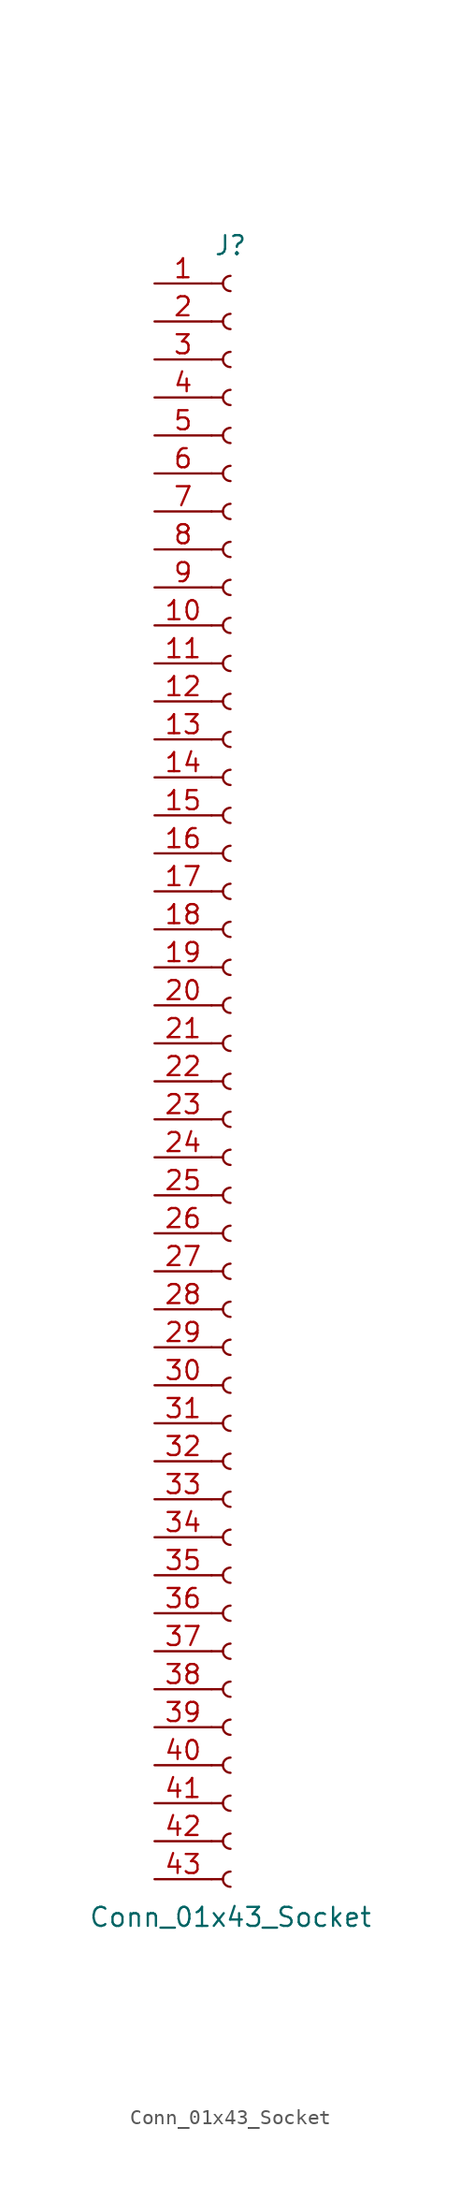
<source format=kicad_sym>
(kicad_symbol_lib
  (version 20241209)
  (generator "kicad_symbol_editor")
  (generator_version "9.0")
  (symbol "Conn_01x43_Socket"
    (pin_names
      (offset 1.016)
      (hide yes))
    (property "Reference" "J"
      (at 0 55.88 0)
      (effects (font (size 1.27 1.27))))
    (property "Value" "Conn_01x43_Socket"
      (at 0 -55.88 0)
      (effects (font (size 1.27 1.27))))
    (property "ki_locked" ""
      (at 0 0 0)
      (effects (font (size 1.27 1.27))))
    (symbol "Conn_01x43_Socket_1_1"
      (polyline (pts (xy -1.27 53.34) (xy -0.508 53.34)) (stroke (width 0.152) (type default)) (fill (type none)))
      (polyline (pts (xy -1.27 50.8) (xy -0.508 50.8)) (stroke (width 0.152) (type default)) (fill (type none)))
      (polyline (pts (xy -1.27 48.26) (xy -0.508 48.26)) (stroke (width 0.152) (type default)) (fill (type none)))
      (polyline (pts (xy -1.27 45.72) (xy -0.508 45.72)) (stroke (width 0.152) (type default)) (fill (type none)))
      (polyline (pts (xy -1.27 43.18) (xy -0.508 43.18)) (stroke (width 0.152) (type default)) (fill (type none)))
      (polyline (pts (xy -1.27 40.64) (xy -0.508 40.64)) (stroke (width 0.152) (type default)) (fill (type none)))
      (polyline (pts (xy -1.27 38.1) (xy -0.508 38.1)) (stroke (width 0.152) (type default)) (fill (type none)))
      (polyline (pts (xy -1.27 35.56) (xy -0.508 35.56)) (stroke (width 0.152) (type default)) (fill (type none)))
      (polyline (pts (xy -1.27 33.02) (xy -0.508 33.02)) (stroke (width 0.152) (type default)) (fill (type none)))
      (polyline (pts (xy -1.27 30.48) (xy -0.508 30.48)) (stroke (width 0.152) (type default)) (fill (type none)))
      (polyline (pts (xy -1.27 27.94) (xy -0.508 27.94)) (stroke (width 0.152) (type default)) (fill (type none)))
      (polyline (pts (xy -1.27 25.4) (xy -0.508 25.4)) (stroke (width 0.152) (type default)) (fill (type none)))
      (polyline (pts (xy -1.27 22.86) (xy -0.508 22.86)) (stroke (width 0.152) (type default)) (fill (type none)))
      (polyline (pts (xy -1.27 20.32) (xy -0.508 20.32)) (stroke (width 0.152) (type default)) (fill (type none)))
      (polyline (pts (xy -1.27 17.78) (xy -0.508 17.78)) (stroke (width 0.152) (type default)) (fill (type none)))
      (polyline (pts (xy -1.27 15.24) (xy -0.508 15.24)) (stroke (width 0.152) (type default)) (fill (type none)))
      (polyline (pts (xy -1.27 12.7) (xy -0.508 12.7)) (stroke (width 0.152) (type default)) (fill (type none)))
      (polyline (pts (xy -1.27 10.16) (xy -0.508 10.16)) (stroke (width 0.152) (type default)) (fill (type none)))
      (polyline (pts (xy -1.27 7.62) (xy -0.508 7.62)) (stroke (width 0.152) (type default)) (fill (type none)))
      (polyline (pts (xy -1.27 5.08) (xy -0.508 5.08)) (stroke (width 0.152) (type default)) (fill (type none)))
      (polyline (pts (xy -1.27 2.54) (xy -0.508 2.54)) (stroke (width 0.152) (type default)) (fill (type none)))
      (polyline (pts (xy -1.27 0) (xy -0.508 0)) (stroke (width 0.152) (type default)) (fill (type none)))
      (polyline (pts (xy -1.27 -2.54) (xy -0.508 -2.54)) (stroke (width 0.152) (type default)) (fill (type none)))
      (polyline (pts (xy -1.27 -5.08) (xy -0.508 -5.08)) (stroke (width 0.152) (type default)) (fill (type none)))
      (polyline (pts (xy -1.27 -7.62) (xy -0.508 -7.62)) (stroke (width 0.152) (type default)) (fill (type none)))
      (polyline (pts (xy -1.27 -10.16) (xy -0.508 -10.16)) (stroke (width 0.152) (type default)) (fill (type none)))
      (polyline (pts (xy -1.27 -12.7) (xy -0.508 -12.7)) (stroke (width 0.152) (type default)) (fill (type none)))
      (polyline (pts (xy -1.27 -15.24) (xy -0.508 -15.24)) (stroke (width 0.152) (type default)) (fill (type none)))
      (polyline (pts (xy -1.27 -17.78) (xy -0.508 -17.78)) (stroke (width 0.152) (type default)) (fill (type none)))
      (polyline (pts (xy -1.27 -20.32) (xy -0.508 -20.32)) (stroke (width 0.152) (type default)) (fill (type none)))
      (polyline (pts (xy -1.27 -22.86) (xy -0.508 -22.86)) (stroke (width 0.152) (type default)) (fill (type none)))
      (polyline (pts (xy -1.27 -25.4) (xy -0.508 -25.4)) (stroke (width 0.152) (type default)) (fill (type none)))
      (polyline (pts (xy -1.27 -27.94) (xy -0.508 -27.94)) (stroke (width 0.152) (type default)) (fill (type none)))
      (polyline (pts (xy -1.27 -30.48) (xy -0.508 -30.48)) (stroke (width 0.152) (type default)) (fill (type none)))
      (polyline (pts (xy -1.27 -33.02) (xy -0.508 -33.02)) (stroke (width 0.152) (type default)) (fill (type none)))
      (polyline (pts (xy -1.27 -35.56) (xy -0.508 -35.56)) (stroke (width 0.152) (type default)) (fill (type none)))
      (polyline (pts (xy -1.27 -38.1) (xy -0.508 -38.1)) (stroke (width 0.152) (type default)) (fill (type none)))
      (polyline (pts (xy -1.27 -40.64) (xy -0.508 -40.64)) (stroke (width 0.152) (type default)) (fill (type none)))
      (polyline (pts (xy -1.27 -43.18) (xy -0.508 -43.18)) (stroke (width 0.152) (type default)) (fill (type none)))
      (polyline (pts (xy -1.27 -45.72) (xy -0.508 -45.72)) (stroke (width 0.152) (type default)) (fill (type none)))
      (polyline (pts (xy -1.27 -48.26) (xy -0.508 -48.26)) (stroke (width 0.152) (type default)) (fill (type none)))
      (polyline (pts (xy -1.27 -50.8) (xy -0.508 -50.8)) (stroke (width 0.152) (type default)) (fill (type none)))
      (polyline (pts (xy -1.27 -53.34) (xy -0.508 -53.34)) (stroke (width 0.152) (type default)) (fill (type none)))
      (arc (start 0 52.832) (mid -0.5058 53.34) (end 0 53.848) (stroke (width 0.1524) (type default)) (fill (type none)))
      (arc (start 0 50.292) (mid -0.5058 50.8) (end 0 51.308) (stroke (width 0.1524) (type default)) (fill (type none)))
      (arc (start 0 47.752) (mid -0.5058 48.26) (end 0 48.768) (stroke (width 0.1524) (type default)) (fill (type none)))
      (arc (start 0 45.212) (mid -0.5058 45.72) (end 0 46.228) (stroke (width 0.1524) (type default)) (fill (type none)))
      (arc (start 0 42.672) (mid -0.5058 43.18) (end 0 43.688) (stroke (width 0.1524) (type default)) (fill (type none)))
      (arc (start 0 40.132) (mid -0.5058 40.64) (end 0 41.148) (stroke (width 0.1524) (type default)) (fill (type none)))
      (arc (start 0 37.592) (mid -0.5058 38.1) (end 0 38.608) (stroke (width 0.1524) (type default)) (fill (type none)))
      (arc (start 0 35.052) (mid -0.5058 35.56) (end 0 36.068) (stroke (width 0.1524) (type default)) (fill (type none)))
      (arc (start 0 32.512) (mid -0.5058 33.02) (end 0 33.528) (stroke (width 0.1524) (type default)) (fill (type none)))
      (arc (start 0 29.972) (mid -0.5058 30.48) (end 0 30.988) (stroke (width 0.1524) (type default)) (fill (type none)))
      (arc (start 0 27.432) (mid -0.5058 27.94) (end 0 28.448) (stroke (width 0.1524) (type default)) (fill (type none)))
      (arc (start 0 24.892) (mid -0.5058 25.4) (end 0 25.908) (stroke (width 0.1524) (type default)) (fill (type none)))
      (arc (start 0 22.352) (mid -0.5058 22.86) (end 0 23.368) (stroke (width 0.1524) (type default)) (fill (type none)))
      (arc (start 0 19.812) (mid -0.5058 20.32) (end 0 20.828) (stroke (width 0.1524) (type default)) (fill (type none)))
      (arc (start 0 17.272) (mid -0.5058 17.78) (end 0 18.288) (stroke (width 0.1524) (type default)) (fill (type none)))
      (arc (start 0 14.732) (mid -0.5058 15.24) (end 0 15.748) (stroke (width 0.1524) (type default)) (fill (type none)))
      (arc (start 0 12.192) (mid -0.5058 12.7) (end 0 13.208) (stroke (width 0.1524) (type default)) (fill (type none)))
      (arc (start 0 9.652) (mid -0.5058 10.16) (end 0 10.668) (stroke (width 0.1524) (type default)) (fill (type none)))
      (arc (start 0 7.112) (mid -0.5058 7.62) (end 0 8.128) (stroke (width 0.1524) (type default)) (fill (type none)))
      (arc (start 0 4.572) (mid -0.5058 5.08) (end 0 5.588) (stroke (width 0.1524) (type default)) (fill (type none)))
      (arc (start 0 2.032) (mid -0.5058 2.54) (end 0 3.048) (stroke (width 0.1524) (type default)) (fill (type none)))
      (arc (start 0 -0.508) (mid -0.5058 0) (end 0 0.508) (stroke (width 0.1524) (type default)) (fill (type none)))
      (arc (start 0 -3.048) (mid -0.5058 -2.54) (end 0 -2.032) (stroke (width 0.1524) (type default)) (fill (type none)))
      (arc (start 0 -5.588) (mid -0.5058 -5.08) (end 0 -4.572) (stroke (width 0.1524) (type default)) (fill (type none)))
      (arc (start 0 -8.128) (mid -0.5058 -7.62) (end 0 -7.112) (stroke (width 0.1524) (type default)) (fill (type none)))
      (arc (start 0 -10.668) (mid -0.5058 -10.16) (end 0 -9.652) (stroke (width 0.1524) (type default)) (fill (type none)))
      (arc (start 0 -13.208) (mid -0.5058 -12.7) (end 0 -12.192) (stroke (width 0.1524) (type default)) (fill (type none)))
      (arc (start 0 -15.748) (mid -0.5058 -15.24) (end 0 -14.732) (stroke (width 0.1524) (type default)) (fill (type none)))
      (arc (start 0 -18.288) (mid -0.5058 -17.78) (end 0 -17.272) (stroke (width 0.1524) (type default)) (fill (type none)))
      (arc (start 0 -20.828) (mid -0.5058 -20.32) (end 0 -19.812) (stroke (width 0.1524) (type default)) (fill (type none)))
      (arc (start 0 -23.368) (mid -0.5058 -22.86) (end 0 -22.352) (stroke (width 0.1524) (type default)) (fill (type none)))
      (arc (start 0 -25.908) (mid -0.5058 -25.4) (end 0 -24.892) (stroke (width 0.1524) (type default)) (fill (type none)))
      (arc (start 0 -28.448) (mid -0.5058 -27.94) (end 0 -27.432) (stroke (width 0.1524) (type default)) (fill (type none)))
      (arc (start 0 -30.988) (mid -0.5058 -30.48) (end 0 -29.972) (stroke (width 0.1524) (type default)) (fill (type none)))
      (arc (start 0 -33.528) (mid -0.5058 -33.02) (end 0 -32.512) (stroke (width 0.1524) (type default)) (fill (type none)))
      (arc (start 0 -36.068) (mid -0.5058 -35.56) (end 0 -35.052) (stroke (width 0.1524) (type default)) (fill (type none)))
      (arc (start 0 -38.608) (mid -0.5058 -38.1) (end 0 -37.592) (stroke (width 0.1524) (type default)) (fill (type none)))
      (arc (start 0 -41.148) (mid -0.5058 -40.64) (end 0 -40.132) (stroke (width 0.1524) (type default)) (fill (type none)))
      (arc (start 0 -43.688) (mid -0.5058 -43.18) (end 0 -42.672) (stroke (width 0.1524) (type default)) (fill (type none)))
      (arc (start 0 -46.228) (mid -0.5058 -45.72) (end 0 -45.212) (stroke (width 0.1524) (type default)) (fill (type none)))
      (arc (start 0 -48.768) (mid -0.5058 -48.26) (end 0 -47.752) (stroke (width 0.1524) (type default)) (fill (type none)))
      (arc (start 0 -51.308) (mid -0.5058 -50.8) (end 0 -50.292) (stroke (width 0.1524) (type default)) (fill (type none)))
      (arc (start 0 -53.848) (mid -0.5058 -53.34) (end 0 -52.832) (stroke (width 0.1524) (type default)) (fill (type none)))
      (pin passive line (at -5.08 53.34 0) (length 3.81) (name "Pin_1" (effects (font (size 1.27 1.27)))) (number "1" (effects (font (size 1.27 1.27)))))
      (pin passive line (at -5.08 50.8 0) (length 3.81) (name "Pin_2" (effects (font (size 1.27 1.27)))) (number "2" (effects (font (size 1.27 1.27)))))
      (pin passive line (at -5.08 48.26 0) (length 3.81) (name "Pin_3" (effects (font (size 1.27 1.27)))) (number "3" (effects (font (size 1.27 1.27)))))
      (pin passive line (at -5.08 45.72 0) (length 3.81) (name "Pin_4" (effects (font (size 1.27 1.27)))) (number "4" (effects (font (size 1.27 1.27)))))
      (pin passive line (at -5.08 43.18 0) (length 3.81) (name "Pin_5" (effects (font (size 1.27 1.27)))) (number "5" (effects (font (size 1.27 1.27)))))
      (pin passive line (at -5.08 40.64 0) (length 3.81) (name "Pin_6" (effects (font (size 1.27 1.27)))) (number "6" (effects (font (size 1.27 1.27)))))
      (pin passive line (at -5.08 38.1 0) (length 3.81) (name "Pin_7" (effects (font (size 1.27 1.27)))) (number "7" (effects (font (size 1.27 1.27)))))
      (pin passive line (at -5.08 35.56 0) (length 3.81) (name "Pin_8" (effects (font (size 1.27 1.27)))) (number "8" (effects (font (size 1.27 1.27)))))
      (pin passive line (at -5.08 33.02 0) (length 3.81) (name "Pin_9" (effects (font (size 1.27 1.27)))) (number "9" (effects (font (size 1.27 1.27)))))
      (pin passive line (at -5.08 30.48 0) (length 3.81) (name "Pin_10" (effects (font (size 1.27 1.27)))) (number "10" (effects (font (size 1.27 1.27)))))
      (pin passive line (at -5.08 27.94 0) (length 3.81) (name "Pin_11" (effects (font (size 1.27 1.27)))) (number "11" (effects (font (size 1.27 1.27)))))
      (pin passive line (at -5.08 25.4 0) (length 3.81) (name "Pin_12" (effects (font (size 1.27 1.27)))) (number "12" (effects (font (size 1.27 1.27)))))
      (pin passive line (at -5.08 22.86 0) (length 3.81) (name "Pin_13" (effects (font (size 1.27 1.27)))) (number "13" (effects (font (size 1.27 1.27)))))
      (pin passive line (at -5.08 20.32 0) (length 3.81) (name "Pin_14" (effects (font (size 1.27 1.27)))) (number "14" (effects (font (size 1.27 1.27)))))
      (pin passive line (at -5.08 17.78 0) (length 3.81) (name "Pin_15" (effects (font (size 1.27 1.27)))) (number "15" (effects (font (size 1.27 1.27)))))
      (pin passive line (at -5.08 15.24 0) (length 3.81) (name "Pin_16" (effects (font (size 1.27 1.27)))) (number "16" (effects (font (size 1.27 1.27)))))
      (pin passive line (at -5.08 12.7 0) (length 3.81) (name "Pin_17" (effects (font (size 1.27 1.27)))) (number "17" (effects (font (size 1.27 1.27)))))
      (pin passive line (at -5.08 10.16 0) (length 3.81) (name "Pin_18" (effects (font (size 1.27 1.27)))) (number "18" (effects (font (size 1.27 1.27)))))
      (pin passive line (at -5.08 7.62 0) (length 3.81) (name "Pin_19" (effects (font (size 1.27 1.27)))) (number "19" (effects (font (size 1.27 1.27)))))
      (pin passive line (at -5.08 5.08 0) (length 3.81) (name "Pin_20" (effects (font (size 1.27 1.27)))) (number "20" (effects (font (size 1.27 1.27)))))
      (pin passive line (at -5.08 2.54 0) (length 3.81) (name "Pin_21" (effects (font (size 1.27 1.27)))) (number "21" (effects (font (size 1.27 1.27)))))
      (pin passive line (at -5.08 0 0) (length 3.81) (name "Pin_22" (effects (font (size 1.27 1.27)))) (number "22" (effects (font (size 1.27 1.27)))))
      (pin passive line (at -5.08 -2.54 0) (length 3.81) (name "Pin_23" (effects (font (size 1.27 1.27)))) (number "23" (effects (font (size 1.27 1.27)))))
      (pin passive line (at -5.08 -5.08 0) (length 3.81) (name "Pin_24" (effects (font (size 1.27 1.27)))) (number "24" (effects (font (size 1.27 1.27)))))
      (pin passive line (at -5.08 -7.62 0) (length 3.81) (name "Pin_25" (effects (font (size 1.27 1.27)))) (number "25" (effects (font (size 1.27 1.27)))))
      (pin passive line (at -5.08 -10.16 0) (length 3.81) (name "Pin_26" (effects (font (size 1.27 1.27)))) (number "26" (effects (font (size 1.27 1.27)))))
      (pin passive line (at -5.08 -12.7 0) (length 3.81) (name "Pin_27" (effects (font (size 1.27 1.27)))) (number "27" (effects (font (size 1.27 1.27)))))
      (pin passive line (at -5.08 -15.24 0) (length 3.81) (name "Pin_28" (effects (font (size 1.27 1.27)))) (number "28" (effects (font (size 1.27 1.27)))))
      (pin passive line (at -5.08 -17.78 0) (length 3.81) (name "Pin_29" (effects (font (size 1.27 1.27)))) (number "29" (effects (font (size 1.27 1.27)))))
      (pin passive line (at -5.08 -20.32 0) (length 3.81) (name "Pin_30" (effects (font (size 1.27 1.27)))) (number "30" (effects (font (size 1.27 1.27)))))
      (pin passive line (at -5.08 -22.86 0) (length 3.81) (name "Pin_31" (effects (font (size 1.27 1.27)))) (number "31" (effects (font (size 1.27 1.27)))))
      (pin passive line (at -5.08 -25.4 0) (length 3.81) (name "Pin_32" (effects (font (size 1.27 1.27)))) (number "32" (effects (font (size 1.27 1.27)))))
      (pin passive line (at -5.08 -27.94 0) (length 3.81) (name "Pin_33" (effects (font (size 1.27 1.27)))) (number "33" (effects (font (size 1.27 1.27)))))
      (pin passive line (at -5.08 -30.48 0) (length 3.81) (name "Pin_34" (effects (font (size 1.27 1.27)))) (number "34" (effects (font (size 1.27 1.27)))))
      (pin passive line (at -5.08 -33.02 0) (length 3.81) (name "Pin_35" (effects (font (size 1.27 1.27)))) (number "35" (effects (font (size 1.27 1.27)))))
      (pin passive line (at -5.08 -35.56 0) (length 3.81) (name "Pin_36" (effects (font (size 1.27 1.27)))) (number "36" (effects (font (size 1.27 1.27)))))
      (pin passive line (at -5.08 -38.1 0) (length 3.81) (name "Pin_37" (effects (font (size 1.27 1.27)))) (number "37" (effects (font (size 1.27 1.27)))))
      (pin passive line (at -5.08 -40.64 0) (length 3.81) (name "Pin_38" (effects (font (size 1.27 1.27)))) (number "38" (effects (font (size 1.27 1.27)))))
      (pin passive line (at -5.08 -43.18 0) (length 3.81) (name "Pin_39" (effects (font (size 1.27 1.27)))) (number "39" (effects (font (size 1.27 1.27)))))
      (pin passive line (at -5.08 -45.72 0) (length 3.81) (name "Pin_40" (effects (font (size 1.27 1.27)))) (number "40" (effects (font (size 1.27 1.27)))))
      (pin passive line (at -5.08 -48.26 0) (length 3.81) (name "Pin_41" (effects (font (size 1.27 1.27)))) (number "41" (effects (font (size 1.27 1.27)))))
      (pin passive line (at -5.08 -50.8 0) (length 3.81) (name "Pin_42" (effects (font (size 1.27 1.27)))) (number "42" (effects (font (size 1.27 1.27)))))
      (pin passive line (at -5.08 -53.34 0) (length 3.81) (name "Pin_43" (effects (font (size 1.27 1.27)))) (number "43" (effects (font (size 1.27 1.27))))))))
</source>
